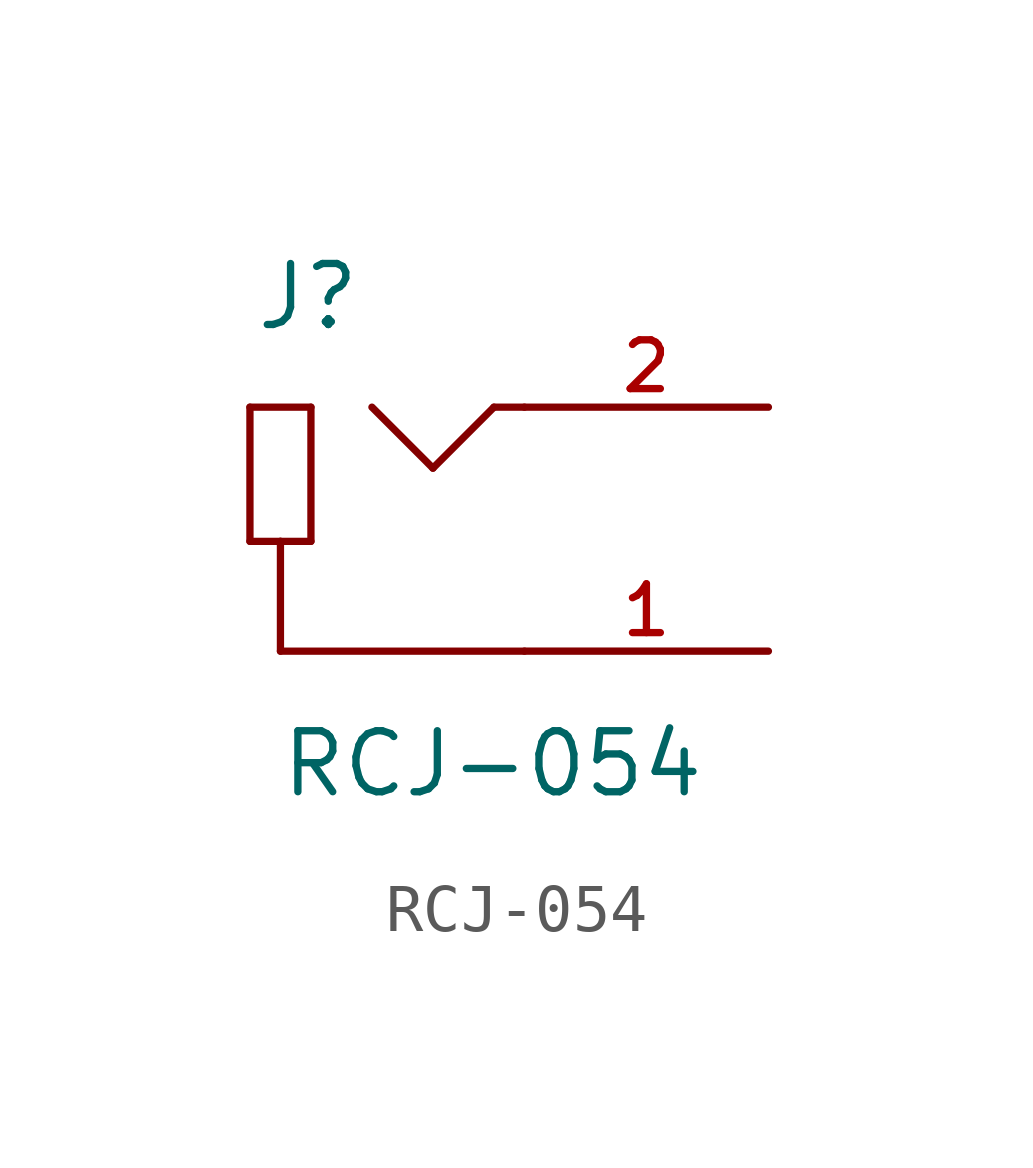
<source format=kicad_sym>
(kicad_symbol_lib
  (version 20211014)
  (generator kicad_symbol_editor)
  (symbol "RCJ-054"
    (pin_names
      (offset 1.016))
    (property "Reference" "J"
      (at -5.635 4.098 0)
      (effects (font (size 1.27 1.27)) (justify bottom left)))
    (property "Value" "RCJ-054"
      (at -5.119 -5.63 0)
      (effects (font (size 1.27 1.27)) (justify bottom left)))
    (symbol "RCJ-054_0_0"
      (polyline (pts (xy 0.0 -2.54) (xy -5.08 -2.54)) (stroke (width 0.152)))
      (polyline (pts (xy -5.08 -2.54) (xy -5.08 -0.254)) (stroke (width 0.152)))
      (polyline (pts (xy -5.08 -0.254) (xy -4.445 -0.254)) (stroke (width 0.152)))
      (polyline (pts (xy -4.445 -0.254) (xy -4.445 2.54)) (stroke (width 0.152)))
      (polyline (pts (xy -4.445 2.54) (xy -5.715 2.54)) (stroke (width 0.152)))
      (polyline (pts (xy -5.715 2.54) (xy -5.715 -0.254)) (stroke (width 0.152)))
      (polyline (pts (xy -5.715 -0.254) (xy -5.08 -0.254)) (stroke (width 0.152)))
      (polyline (pts (xy 0.0 2.54) (xy -0.635 2.54)) (stroke (width 0.152)))
      (polyline (pts (xy -0.635 2.54) (xy -1.905 1.27)) (stroke (width 0.152)))
      (polyline (pts (xy -1.905 1.27) (xy -3.175 2.54)) (stroke (width 0.152)))
      (pin passive line (at 5.08 -2.54 180.0) (length 5.08) (name "~" (effects (font (size 1.016 1.016)))) (number "1" (effects (font (size 1.016 1.016)))))
      (pin passive line (at 5.08 2.54 180.0) (length 5.08) (name "~" (effects (font (size 1.016 1.016)))) (number "2" (effects (font (size 1.016 1.016))))))))
</source>
